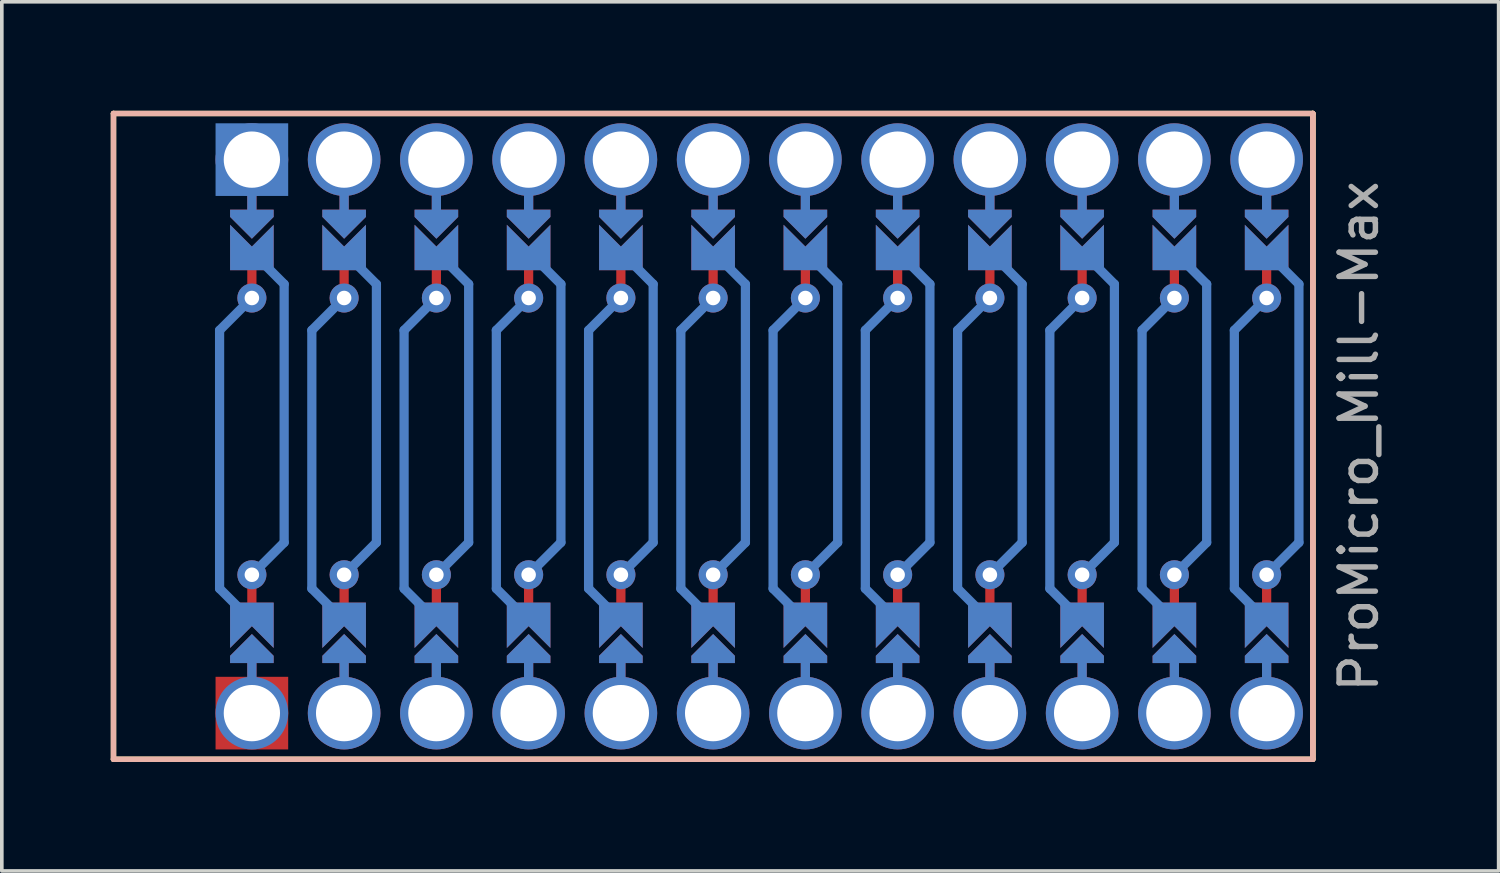
<source format=kicad_pcb>
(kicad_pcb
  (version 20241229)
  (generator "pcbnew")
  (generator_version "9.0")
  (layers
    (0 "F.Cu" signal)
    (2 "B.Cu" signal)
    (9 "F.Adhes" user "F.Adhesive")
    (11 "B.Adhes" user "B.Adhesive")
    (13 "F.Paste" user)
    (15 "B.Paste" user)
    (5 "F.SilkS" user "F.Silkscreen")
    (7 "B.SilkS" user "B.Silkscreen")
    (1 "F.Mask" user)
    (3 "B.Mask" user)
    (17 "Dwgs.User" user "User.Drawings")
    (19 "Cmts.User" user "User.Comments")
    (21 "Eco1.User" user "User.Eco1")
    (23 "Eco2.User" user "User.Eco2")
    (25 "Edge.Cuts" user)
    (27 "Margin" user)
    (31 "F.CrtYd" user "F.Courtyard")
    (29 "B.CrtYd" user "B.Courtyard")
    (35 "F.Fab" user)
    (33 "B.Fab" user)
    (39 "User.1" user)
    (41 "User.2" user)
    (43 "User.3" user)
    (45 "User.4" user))
  (footprint "ProMicro_Mill-Max"
    (layer "F.Cu")
    (at 17.855 8.965)
    (property "Reference" "ProMicro_Mill-Max" (at 16.51 0 90) (layer "F.Fab") (effects (font (size 1 1) (thickness 0.15))))
    (attr through_hole)
    (fp_line (start -13.97 -7.62) (end -13.97 -5.842) (stroke (width 0.254) (type default)) (layer "F.Cu"))
    (fp_line (start -13.97 -3.81) (end -13.97 -5.08) (stroke (width 0.254) (type default)) (layer "F.Cu"))
    (fp_line (start -13.97 3.81) (end -13.97 5.08) (stroke (width 0.254) (type default)) (layer "F.Cu"))
    (fp_line (start -13.97 7.62) (end -13.97 5.842) (stroke (width 0.254) (type default)) (layer "F.Cu"))
    (fp_line (start -11.43 -7.62) (end -11.43 -5.842) (stroke (width 0.254) (type default)) (layer "F.Cu"))
    (fp_line (start -11.43 -3.81) (end -11.43 -5.08) (stroke (width 0.254) (type default)) (layer "F.Cu"))
    (fp_line (start -11.43 3.81) (end -11.43 5.08) (stroke (width 0.254) (type default)) (layer "F.Cu"))
    (fp_line (start -11.43 7.62) (end -11.43 5.842) (stroke (width 0.254) (type default)) (layer "F.Cu"))
    (fp_line (start -8.89 -7.62) (end -8.89 -5.842) (stroke (width 0.254) (type default)) (layer "F.Cu"))
    (fp_line (start -8.89 -3.81) (end -8.89 -5.08) (stroke (width 0.254) (type default)) (layer "F.Cu"))
    (fp_line (start -8.89 3.81) (end -8.89 5.08) (stroke (width 0.254) (type default)) (layer "F.Cu"))
    (fp_line (start -8.89 7.62) (end -8.89 5.842) (stroke (width 0.254) (type default)) (layer "F.Cu"))
    (fp_line (start -6.35 -7.62) (end -6.35 -5.842) (stroke (width 0.254) (type default)) (layer "F.Cu"))
    (fp_line (start -6.35 -3.81) (end -6.35 -5.08) (stroke (width 0.254) (type default)) (layer "F.Cu"))
    (fp_line (start -6.35 3.81) (end -6.35 5.08) (stroke (width 0.254) (type default)) (layer "F.Cu"))
    (fp_line (start -6.35 7.62) (end -6.35 5.842) (stroke (width 0.254) (type default)) (layer "F.Cu"))
    (fp_line (start -3.81 -7.62) (end -3.81 -5.842) (stroke (width 0.254) (type default)) (layer "F.Cu"))
    (fp_line (start -3.81 -3.81) (end -3.81 -5.08) (stroke (width 0.254) (type default)) (layer "F.Cu"))
    (fp_line (start -3.81 3.81) (end -3.81 5.08) (stroke (width 0.254) (type default)) (layer "F.Cu"))
    (fp_line (start -3.81 7.62) (end -3.81 5.842) (stroke (width 0.254) (type default)) (layer "F.Cu"))
    (fp_line (start -1.27 -7.62) (end -1.27 -5.842) (stroke (width 0.254) (type default)) (layer "F.Cu"))
    (fp_line (start -1.27 -3.81) (end -1.27 -5.08) (stroke (width 0.254) (type default)) (layer "F.Cu"))
    (fp_line (start -1.27 3.81) (end -1.27 5.08) (stroke (width 0.254) (type default)) (layer "F.Cu"))
    (fp_line (start -1.27 7.62) (end -1.27 5.842) (stroke (width 0.254) (type default)) (layer "F.Cu"))
    (fp_line (start 1.27 -7.62) (end 1.27 -5.842) (stroke (width 0.254) (type default)) (layer "F.Cu"))
    (fp_line (start 1.27 -3.81) (end 1.27 -5.08) (stroke (width 0.254) (type default)) (layer "F.Cu"))
    (fp_line (start 1.27 3.81) (end 1.27 5.08) (stroke (width 0.254) (type default)) (layer "F.Cu"))
    (fp_line (start 1.27 7.62) (end 1.27 5.842) (stroke (width 0.254) (type default)) (layer "F.Cu"))
    (fp_line (start 3.81 -7.62) (end 3.81 -5.842) (stroke (width 0.254) (type default)) (layer "F.Cu"))
    (fp_line (start 3.81 -3.81) (end 3.81 -5.08) (stroke (width 0.254) (type default)) (layer "F.Cu"))
    (fp_line (start 3.81 3.81) (end 3.81 5.08) (stroke (width 0.254) (type default)) (layer "F.Cu"))
    (fp_line (start 3.81 7.62) (end 3.81 5.842) (stroke (width 0.254) (type default)) (layer "F.Cu"))
    (fp_line (start 6.35 -7.62) (end 6.35 -5.842) (stroke (width 0.254) (type default)) (layer "F.Cu"))
    (fp_line (start 6.35 -3.81) (end 6.35 -5.08) (stroke (width 0.254) (type default)) (layer "F.Cu"))
    (fp_line (start 6.35 3.81) (end 6.35 5.08) (stroke (width 0.254) (type default)) (layer "F.Cu"))
    (fp_line (start 6.35 7.62) (end 6.35 5.842) (stroke (width 0.254) (type default)) (layer "F.Cu"))
    (fp_line (start 8.89 -7.62) (end 8.89 -5.842) (stroke (width 0.254) (type default)) (layer "F.Cu"))
    (fp_line (start 8.89 -3.81) (end 8.89 -5.08) (stroke (width 0.254) (type default)) (layer "F.Cu"))
    (fp_line (start 8.89 3.81) (end 8.89 5.08) (stroke (width 0.254) (type default)) (layer "F.Cu"))
    (fp_line (start 8.89 7.62) (end 8.89 5.842) (stroke (width 0.254) (type default)) (layer "F.Cu"))
    (fp_line (start 11.43 -7.62) (end 11.43 -5.842) (stroke (width 0.254) (type default)) (layer "F.Cu"))
    (fp_line (start 11.43 -3.81) (end 11.43 -5.08) (stroke (width 0.254) (type default)) (layer "F.Cu"))
    (fp_line (start 11.43 3.81) (end 11.43 5.08) (stroke (width 0.254) (type default)) (layer "F.Cu"))
    (fp_line (start 11.43 7.62) (end 11.43 5.842) (stroke (width 0.254) (type default)) (layer "F.Cu"))
    (fp_line (start 13.97 -7.62) (end 13.97 -5.842) (stroke (width 0.254) (type default)) (layer "F.Cu"))
    (fp_line (start 13.97 -3.81) (end 13.97 -5.08) (stroke (width 0.254) (type default)) (layer "F.Cu"))
    (fp_line (start 13.97 3.81) (end 13.97 5.08) (stroke (width 0.254) (type default)) (layer "F.Cu"))
    (fp_line (start 13.97 7.62) (end 13.97 5.842) (stroke (width 0.254) (type default)) (layer "F.Cu"))
    (fp_poly (pts (xy -14.478 5.08) (xy -13.462 5.08) (xy -13.462 6.096) (xy -14.478 6.096)) (stroke (width 0.2) (type solid)) (fill yes) (layer "F.Mask"))
    (fp_poly (pts (xy -13.462 -5.08) (xy -14.478 -5.08) (xy -14.478 -6.096) (xy -13.462 -6.096)) (stroke (width 0.2) (type solid)) (fill yes) (layer "F.Mask"))
    (fp_poly (pts (xy -11.938 5.08) (xy -10.922 5.08) (xy -10.922 6.096) (xy -11.938 6.096)) (stroke (width 0.2) (type solid)) (fill yes) (layer "F.Mask"))
    (fp_poly (pts (xy -10.922 -5.08) (xy -11.938 -5.08) (xy -11.938 -6.096) (xy -10.922 -6.096)) (stroke (width 0.2) (type solid)) (fill yes) (layer "F.Mask"))
    (fp_poly (pts (xy -9.398 5.08) (xy -8.382 5.08) (xy -8.382 6.096) (xy -9.398 6.096)) (stroke (width 0.2) (type solid)) (fill yes) (layer "F.Mask"))
    (fp_poly (pts (xy -8.382 -5.08) (xy -9.398 -5.08) (xy -9.398 -6.096) (xy -8.382 -6.096)) (stroke (width 0.2) (type solid)) (fill yes) (layer "F.Mask"))
    (fp_poly (pts (xy -6.858 5.08) (xy -5.842 5.08) (xy -5.842 6.096) (xy -6.858 6.096)) (stroke (width 0.2) (type solid)) (fill yes) (layer "F.Mask"))
    (fp_poly (pts (xy -5.842 -5.08) (xy -6.858 -5.08) (xy -6.858 -6.096) (xy -5.842 -6.096)) (stroke (width 0.2) (type solid)) (fill yes) (layer "F.Mask"))
    (fp_poly (pts (xy -4.318 5.08) (xy -3.302 5.08) (xy -3.302 6.096) (xy -4.318 6.096)) (stroke (width 0.2) (type solid)) (fill yes) (layer "F.Mask"))
    (fp_poly (pts (xy -3.302 -5.08) (xy -4.318 -5.08) (xy -4.318 -6.096) (xy -3.302 -6.096)) (stroke (width 0.2) (type solid)) (fill yes) (layer "F.Mask"))
    (fp_poly (pts (xy -1.778 5.08) (xy -0.762 5.08) (xy -0.762 6.096) (xy -1.778 6.096)) (stroke (width 0.2) (type solid)) (fill yes) (layer "F.Mask"))
    (fp_poly (pts (xy -0.762 -5.08) (xy -1.778 -5.08) (xy -1.778 -6.096) (xy -0.762 -6.096)) (stroke (width 0.2) (type solid)) (fill yes) (layer "F.Mask"))
    (fp_poly (pts (xy 0.762 5.08) (xy 1.778 5.08) (xy 1.778 6.096) (xy 0.762 6.096)) (stroke (width 0.2) (type solid)) (fill yes) (layer "F.Mask"))
    (fp_poly (pts (xy 1.778 -5.08) (xy 0.762 -5.08) (xy 0.762 -6.096) (xy 1.778 -6.096)) (stroke (width 0.2) (type solid)) (fill yes) (layer "F.Mask"))
    (fp_poly (pts (xy 3.302 5.08) (xy 4.318 5.08) (xy 4.318 6.096) (xy 3.302 6.096)) (stroke (width 0.2) (type solid)) (fill yes) (layer "F.Mask"))
    (fp_poly (pts (xy 4.318 -5.08) (xy 3.302 -5.08) (xy 3.302 -6.096) (xy 4.318 -6.096)) (stroke (width 0.2) (type solid)) (fill yes) (layer "F.Mask"))
    (fp_poly (pts (xy 5.842 5.08) (xy 6.858 5.08) (xy 6.858 6.096) (xy 5.842 6.096)) (stroke (width 0.2) (type solid)) (fill yes) (layer "F.Mask"))
    (fp_poly (pts (xy 6.858 -5.08) (xy 5.842 -5.08) (xy 5.842 -6.096) (xy 6.858 -6.096)) (stroke (width 0.2) (type solid)) (fill yes) (layer "F.Mask"))
    (fp_poly (pts (xy 8.382 5.08) (xy 9.398 5.08) (xy 9.398 6.096) (xy 8.382 6.096)) (stroke (width 0.2) (type solid)) (fill yes) (layer "F.Mask"))
    (fp_poly (pts (xy 9.398 -5.08) (xy 8.382 -5.08) (xy 8.382 -6.096) (xy 9.398 -6.096)) (stroke (width 0.2) (type solid)) (fill yes) (layer "F.Mask"))
    (fp_poly (pts (xy 10.922 5.08) (xy 11.938 5.08) (xy 11.938 6.096) (xy 10.922 6.096)) (stroke (width 0.2) (type solid)) (fill yes) (layer "F.Mask"))
    (fp_poly (pts (xy 11.938 -5.08) (xy 10.922 -5.08) (xy 10.922 -6.096) (xy 11.938 -6.096)) (stroke (width 0.2) (type solid)) (fill yes) (layer "F.Mask"))
    (fp_poly (pts (xy 13.462 5.08) (xy 14.478 5.08) (xy 14.478 6.096) (xy 13.462 6.096)) (stroke (width 0.2) (type solid)) (fill yes) (layer "F.Mask"))
    (fp_poly (pts (xy 14.478 -5.08) (xy 13.462 -5.08) (xy 13.462 -6.096) (xy 14.478 -6.096)) (stroke (width 0.2) (type solid)) (fill yes) (layer "F.Mask"))
    (fp_line (start -14.859 -2.921) (end -14.859 4.191) (stroke (width 0.254) (type default)) (layer "B.Cu"))
    (fp_line (start -14.859 -2.921) (end -13.97 -3.81) (stroke (width 0.254) (type default)) (layer "B.Cu"))
    (fp_line (start -14.859 4.191) (end -13.97 5.08) (stroke (width 0.254) (type default)) (layer "B.Cu"))
    (fp_line (start -13.97 -7.62) (end -13.97 -5.842) (stroke (width 0.254) (type default)) (layer "B.Cu"))
    (fp_line (start -13.97 7.62) (end -13.97 5.842) (stroke (width 0.254) (type default)) (layer "B.Cu"))
    (fp_line (start -13.081 -4.191) (end -13.97 -5.08) (stroke (width 0.254) (type default)) (layer "B.Cu"))
    (fp_line (start -13.081 2.921) (end -13.97 3.81) (stroke (width 0.254) (type default)) (layer "B.Cu"))
    (fp_line (start -13.081 2.921) (end -13.081 -4.191) (stroke (width 0.254) (type default)) (layer "B.Cu"))
    (fp_line (start -12.319 -2.921) (end -12.319 4.191) (stroke (width 0.254) (type default)) (layer "B.Cu"))
    (fp_line (start -12.319 -2.921) (end -11.43 -3.81) (stroke (width 0.254) (type default)) (layer "B.Cu"))
    (fp_line (start -12.319 4.191) (end -11.43 5.08) (stroke (width 0.254) (type default)) (layer "B.Cu"))
    (fp_line (start -11.43 -7.62) (end -11.43 -5.842) (stroke (width 0.254) (type default)) (layer "B.Cu"))
    (fp_line (start -11.43 7.62) (end -11.43 5.842) (stroke (width 0.254) (type default)) (layer "B.Cu"))
    (fp_line (start -10.541 -4.191) (end -11.43 -5.08) (stroke (width 0.254) (type default)) (layer "B.Cu"))
    (fp_line (start -10.541 2.921) (end -11.43 3.81) (stroke (width 0.254) (type default)) (layer "B.Cu"))
    (fp_line (start -10.541 2.921) (end -10.541 -4.191) (stroke (width 0.254) (type default)) (layer "B.Cu"))
    (fp_line (start -9.779 -2.921) (end -9.779 4.191) (stroke (width 0.254) (type default)) (layer "B.Cu"))
    (fp_line (start -9.779 -2.921) (end -8.89 -3.81) (stroke (width 0.254) (type default)) (layer "B.Cu"))
    (fp_line (start -9.779 4.191) (end -8.89 5.08) (stroke (width 0.254) (type default)) (layer "B.Cu"))
    (fp_line (start -8.89 -7.62) (end -8.89 -5.842) (stroke (width 0.254) (type default)) (layer "B.Cu"))
    (fp_line (start -8.89 7.62) (end -8.89 5.842) (stroke (width 0.254) (type default)) (layer "B.Cu"))
    (fp_line (start -8.001 -4.191) (end -8.89 -5.08) (stroke (width 0.254) (type default)) (layer "B.Cu"))
    (fp_line (start -8.001 2.921) (end -8.89 3.81) (stroke (width 0.254) (type default)) (layer "B.Cu"))
    (fp_line (start -8.001 2.921) (end -8.001 -4.191) (stroke (width 0.254) (type default)) (layer "B.Cu"))
    (fp_line (start -7.239 -2.921) (end -7.239 4.191) (stroke (width 0.254) (type default)) (layer "B.Cu"))
    (fp_line (start -7.239 -2.921) (end -6.35 -3.81) (stroke (width 0.254) (type default)) (layer "B.Cu"))
    (fp_line (start -7.239 4.191) (end -6.35 5.08) (stroke (width 0.254) (type default)) (layer "B.Cu"))
    (fp_line (start -6.35 -7.62) (end -6.35 -5.842) (stroke (width 0.254) (type default)) (layer "B.Cu"))
    (fp_line (start -6.35 7.62) (end -6.35 5.842) (stroke (width 0.254) (type default)) (layer "B.Cu"))
    (fp_line (start -5.461 -4.191) (end -6.35 -5.08) (stroke (width 0.254) (type default)) (layer "B.Cu"))
    (fp_line (start -5.461 2.921) (end -6.35 3.81) (stroke (width 0.254) (type default)) (layer "B.Cu"))
    (fp_line (start -5.461 2.921) (end -5.461 -4.191) (stroke (width 0.254) (type default)) (layer "B.Cu"))
    (fp_line (start -4.699 -2.921) (end -4.699 4.191) (stroke (width 0.254) (type default)) (layer "B.Cu"))
    (fp_line (start -4.699 -2.921) (end -3.81 -3.81) (stroke (width 0.254) (type default)) (layer "B.Cu"))
    (fp_line (start -4.699 4.191) (end -3.81 5.08) (stroke (width 0.254) (type default)) (layer "B.Cu"))
    (fp_line (start -3.81 -7.62) (end -3.81 -5.842) (stroke (width 0.254) (type default)) (layer "B.Cu"))
    (fp_line (start -3.81 7.62) (end -3.81 5.842) (stroke (width 0.254) (type default)) (layer "B.Cu"))
    (fp_line (start -2.921 -4.191) (end -3.81 -5.08) (stroke (width 0.254) (type default)) (layer "B.Cu"))
    (fp_line (start -2.921 2.921) (end -3.81 3.81) (stroke (width 0.254) (type default)) (layer "B.Cu"))
    (fp_line (start -2.921 2.921) (end -2.921 -4.191) (stroke (width 0.254) (type default)) (layer "B.Cu"))
    (fp_line (start -2.159 -2.921) (end -2.159 4.191) (stroke (width 0.254) (type default)) (layer "B.Cu"))
    (fp_line (start -2.159 -2.921) (end -1.27 -3.81) (stroke (width 0.254) (type default)) (layer "B.Cu"))
    (fp_line (start -2.159 4.191) (end -1.27 5.08) (stroke (width 0.254) (type default)) (layer "B.Cu"))
    (fp_line (start -1.27 -7.62) (end -1.27 -5.842) (stroke (width 0.254) (type default)) (layer "B.Cu"))
    (fp_line (start -1.27 7.62) (end -1.27 5.842) (stroke (width 0.254) (type default)) (layer "B.Cu"))
    (fp_line (start -0.381 -4.191) (end -1.27 -5.08) (stroke (width 0.254) (type default)) (layer "B.Cu"))
    (fp_line (start -0.381 2.921) (end -1.27 3.81) (stroke (width 0.254) (type default)) (layer "B.Cu"))
    (fp_line (start -0.381 2.921) (end -0.381 -4.191) (stroke (width 0.254) (type default)) (layer "B.Cu"))
    (fp_line (start 0.381 -2.921) (end 0.381 4.191) (stroke (width 0.254) (type default)) (layer "B.Cu"))
    (fp_line (start 0.381 -2.921) (end 1.27 -3.81) (stroke (width 0.254) (type default)) (layer "B.Cu"))
    (fp_line (start 0.381 4.191) (end 1.27 5.08) (stroke (width 0.254) (type default)) (layer "B.Cu"))
    (fp_line (start 1.27 -7.62) (end 1.27 -5.842) (stroke (width 0.254) (type default)) (layer "B.Cu"))
    (fp_line (start 1.27 7.62) (end 1.27 5.842) (stroke (width 0.254) (type default)) (layer "B.Cu"))
    (fp_line (start 2.159 -4.191) (end 1.27 -5.08) (stroke (width 0.254) (type default)) (layer "B.Cu"))
    (fp_line (start 2.159 2.921) (end 1.27 3.81) (stroke (width 0.254) (type default)) (layer "B.Cu"))
    (fp_line (start 2.159 2.921) (end 2.159 -4.191) (stroke (width 0.254) (type default)) (layer "B.Cu"))
    (fp_line (start 2.921 -2.921) (end 2.921 4.191) (stroke (width 0.254) (type default)) (layer "B.Cu"))
    (fp_line (start 2.921 -2.921) (end 3.81 -3.81) (stroke (width 0.254) (type default)) (layer "B.Cu"))
    (fp_line (start 2.921 4.191) (end 3.81 5.08) (stroke (width 0.254) (type default)) (layer "B.Cu"))
    (fp_line (start 3.81 -7.62) (end 3.81 -5.842) (stroke (width 0.254) (type default)) (layer "B.Cu"))
    (fp_line (start 3.81 7.62) (end 3.81 5.842) (stroke (width 0.254) (type default)) (layer "B.Cu"))
    (fp_line (start 4.699 -4.191) (end 3.81 -5.08) (stroke (width 0.254) (type default)) (layer "B.Cu"))
    (fp_line (start 4.699 2.921) (end 3.81 3.81) (stroke (width 0.254) (type default)) (layer "B.Cu"))
    (fp_line (start 4.699 2.921) (end 4.699 -4.191) (stroke (width 0.254) (type default)) (layer "B.Cu"))
    (fp_line (start 5.461 -2.921) (end 5.461 4.191) (stroke (width 0.254) (type default)) (layer "B.Cu"))
    (fp_line (start 5.461 -2.921) (end 6.35 -3.81) (stroke (width 0.254) (type default)) (layer "B.Cu"))
    (fp_line (start 5.461 4.191) (end 6.35 5.08) (stroke (width 0.254) (type default)) (layer "B.Cu"))
    (fp_line (start 6.35 -7.62) (end 6.35 -5.842) (stroke (width 0.254) (type default)) (layer "B.Cu"))
    (fp_line (start 6.35 7.62) (end 6.35 5.842) (stroke (width 0.254) (type default)) (layer "B.Cu"))
    (fp_line (start 7.239 -4.191) (end 6.35 -5.08) (stroke (width 0.254) (type default)) (layer "B.Cu"))
    (fp_line (start 7.239 2.921) (end 6.35 3.81) (stroke (width 0.254) (type default)) (layer "B.Cu"))
    (fp_line (start 7.239 2.921) (end 7.239 -4.191) (stroke (width 0.254) (type default)) (layer "B.Cu"))
    (fp_line (start 8.001 -2.921) (end 8.001 4.191) (stroke (width 0.254) (type default)) (layer "B.Cu"))
    (fp_line (start 8.001 -2.921) (end 8.89 -3.81) (stroke (width 0.254) (type default)) (layer "B.Cu"))
    (fp_line (start 8.001 4.191) (end 8.89 5.08) (stroke (width 0.254) (type default)) (layer "B.Cu"))
    (fp_line (start 8.89 -7.62) (end 8.89 -5.842) (stroke (width 0.254) (type default)) (layer "B.Cu"))
    (fp_line (start 8.89 7.62) (end 8.89 5.842) (stroke (width 0.254) (type default)) (layer "B.Cu"))
    (fp_line (start 9.779 -4.191) (end 8.89 -5.08) (stroke (width 0.254) (type default)) (layer "B.Cu"))
    (fp_line (start 9.779 2.921) (end 8.89 3.81) (stroke (width 0.254) (type default)) (layer "B.Cu"))
    (fp_line (start 9.779 2.921) (end 9.779 -4.191) (stroke (width 0.254) (type default)) (layer "B.Cu"))
    (fp_line (start 10.541 -2.921) (end 10.541 4.191) (stroke (width 0.254) (type default)) (layer "B.Cu"))
    (fp_line (start 10.541 -2.921) (end 11.43 -3.81) (stroke (width 0.254) (type default)) (layer "B.Cu"))
    (fp_line (start 10.541 4.191) (end 11.43 5.08) (stroke (width 0.254) (type default)) (layer "B.Cu"))
    (fp_line (start 11.43 -7.62) (end 11.43 -5.842) (stroke (width 0.254) (type default)) (layer "B.Cu"))
    (fp_line (start 11.43 7.62) (end 11.43 5.842) (stroke (width 0.254) (type default)) (layer "B.Cu"))
    (fp_line (start 12.319 -4.191) (end 11.43 -5.08) (stroke (width 0.254) (type default)) (layer "B.Cu"))
    (fp_line (start 12.319 2.921) (end 11.43 3.81) (stroke (width 0.254) (type default)) (layer "B.Cu"))
    (fp_line (start 12.319 2.921) (end 12.319 -4.191) (stroke (width 0.254) (type default)) (layer "B.Cu"))
    (fp_line (start 13.081 -2.921) (end 13.081 4.191) (stroke (width 0.254) (type default)) (layer "B.Cu"))
    (fp_line (start 13.081 -2.921) (end 13.97 -3.81) (stroke (width 0.254) (type default)) (layer "B.Cu"))
    (fp_line (start 13.081 4.191) (end 13.97 5.08) (stroke (width 0.254) (type default)) (layer "B.Cu"))
    (fp_line (start 13.97 -7.62) (end 13.97 -5.842) (stroke (width 0.254) (type default)) (layer "B.Cu"))
    (fp_line (start 13.97 7.62) (end 13.97 5.842) (stroke (width 0.254) (type default)) (layer "B.Cu"))
    (fp_line (start 14.859 -4.191) (end 13.97 -5.08) (stroke (width 0.254) (type default)) (layer "B.Cu"))
    (fp_line (start 14.859 2.921) (end 13.97 3.81) (stroke (width 0.254) (type default)) (layer "B.Cu"))
    (fp_line (start 14.859 2.921) (end 14.859 -4.191) (stroke (width 0.254) (type default)) (layer "B.Cu"))
    (fp_poly (pts (xy -14.478 5.08) (xy -13.462 5.08) (xy -13.462 6.096) (xy -14.478 6.096)) (stroke (width 0.2) (type solid)) (fill yes) (layer "B.Mask"))
    (fp_poly (pts (xy -13.462 -5.08) (xy -14.478 -5.08) (xy -14.478 -6.096) (xy -13.462 -6.096)) (stroke (width 0.2) (type solid)) (fill yes) (layer "B.Mask"))
    (fp_poly (pts (xy -11.938 5.08) (xy -10.922 5.08) (xy -10.922 6.096) (xy -11.938 6.096)) (stroke (width 0.2) (type solid)) (fill yes) (layer "B.Mask"))
    (fp_poly (pts (xy -10.922 -5.08) (xy -11.938 -5.08) (xy -11.938 -6.096) (xy -10.922 -6.096)) (stroke (width 0.2) (type solid)) (fill yes) (layer "B.Mask"))
    (fp_poly (pts (xy -9.398 5.08) (xy -8.382 5.08) (xy -8.382 6.096) (xy -9.398 6.096)) (stroke (width 0.2) (type solid)) (fill yes) (layer "B.Mask"))
    (fp_poly (pts (xy -8.382 -5.08) (xy -9.398 -5.08) (xy -9.398 -6.096) (xy -8.382 -6.096)) (stroke (width 0.2) (type solid)) (fill yes) (layer "B.Mask"))
    (fp_poly (pts (xy -6.858 5.08) (xy -5.842 5.08) (xy -5.842 6.096) (xy -6.858 6.096)) (stroke (width 0.2) (type solid)) (fill yes) (layer "B.Mask"))
    (fp_poly (pts (xy -5.842 -5.08) (xy -6.858 -5.08) (xy -6.858 -6.096) (xy -5.842 -6.096)) (stroke (width 0.2) (type solid)) (fill yes) (layer "B.Mask"))
    (fp_poly (pts (xy -4.318 5.08) (xy -3.302 5.08) (xy -3.302 6.096) (xy -4.318 6.096)) (stroke (width 0.2) (type solid)) (fill yes) (layer "B.Mask"))
    (fp_poly (pts (xy -3.302 -5.08) (xy -4.318 -5.08) (xy -4.318 -6.096) (xy -3.302 -6.096)) (stroke (width 0.2) (type solid)) (fill yes) (layer "B.Mask"))
    (fp_poly (pts (xy -1.778 5.08) (xy -0.762 5.08) (xy -0.762 6.096) (xy -1.778 6.096)) (stroke (width 0.2) (type solid)) (fill yes) (layer "B.Mask"))
    (fp_poly (pts (xy -0.762 -5.08) (xy -1.778 -5.08) (xy -1.778 -6.096) (xy -0.762 -6.096)) (stroke (width 0.2) (type solid)) (fill yes) (layer "B.Mask"))
    (fp_poly (pts (xy 0.762 5.08) (xy 1.778 5.08) (xy 1.778 6.096) (xy 0.762 6.096)) (stroke (width 0.2) (type solid)) (fill yes) (layer "B.Mask"))
    (fp_poly (pts (xy 1.778 -5.08) (xy 0.762 -5.08) (xy 0.762 -6.096) (xy 1.778 -6.096)) (stroke (width 0.2) (type solid)) (fill yes) (layer "B.Mask"))
    (fp_poly (pts (xy 3.302 5.08) (xy 4.318 5.08) (xy 4.318 6.096) (xy 3.302 6.096)) (stroke (width 0.2) (type solid)) (fill yes) (layer "B.Mask"))
    (fp_poly (pts (xy 4.318 -5.08) (xy 3.302 -5.08) (xy 3.302 -6.096) (xy 4.318 -6.096)) (stroke (width 0.2) (type solid)) (fill yes) (layer "B.Mask"))
    (fp_poly (pts (xy 5.842 5.08) (xy 6.858 5.08) (xy 6.858 6.096) (xy 5.842 6.096)) (stroke (width 0.2) (type solid)) (fill yes) (layer "B.Mask"))
    (fp_poly (pts (xy 6.858 -5.08) (xy 5.842 -5.08) (xy 5.842 -6.096) (xy 6.858 -6.096)) (stroke (width 0.2) (type solid)) (fill yes) (layer "B.Mask"))
    (fp_poly (pts (xy 8.382 5.08) (xy 9.398 5.08) (xy 9.398 6.096) (xy 8.382 6.096)) (stroke (width 0.2) (type solid)) (fill yes) (layer "B.Mask"))
    (fp_poly (pts (xy 9.398 -5.08) (xy 8.382 -5.08) (xy 8.382 -6.096) (xy 9.398 -6.096)) (stroke (width 0.2) (type solid)) (fill yes) (layer "B.Mask"))
    (fp_poly (pts (xy 10.922 5.08) (xy 11.938 5.08) (xy 11.938 6.096) (xy 10.922 6.096)) (stroke (width 0.2) (type solid)) (fill yes) (layer "B.Mask"))
    (fp_poly (pts (xy 11.938 -5.08) (xy 10.922 -5.08) (xy 10.922 -6.096) (xy 11.938 -6.096)) (stroke (width 0.2) (type solid)) (fill yes) (layer "B.Mask"))
    (fp_poly (pts (xy 13.462 5.08) (xy 14.478 5.08) (xy 14.478 6.096) (xy 13.462 6.096)) (stroke (width 0.2) (type solid)) (fill yes) (layer "B.Mask"))
    (fp_poly (pts (xy 14.478 -5.08) (xy 13.462 -5.08) (xy 13.462 -6.096) (xy 14.478 -6.096)) (stroke (width 0.2) (type solid)) (fill yes) (layer "B.Mask"))
    (fp_line (start -17.78 -8.89) (end 15.24 -8.89) (stroke (width 0.15) (type solid)) (layer "F.SilkS"))
    (fp_line (start -17.78 8.89) (end -17.78 -8.89) (stroke (width 0.15) (type solid)) (layer "F.SilkS"))
    (fp_line (start -17.78 8.89) (end 15.24 8.89) (stroke (width 0.15) (type solid)) (layer "F.SilkS"))
    (fp_line (start 15.24 -8.89) (end 15.24 8.89) (stroke (width 0.15) (type solid)) (layer "F.SilkS"))
    (fp_line (start 15.24 -8.89) (end 15.24 8.89) (stroke (width 0.15) (type solid)) (layer "F.SilkS"))
    (fp_line (start -17.78 -8.89) (end 15.24 -8.89) (stroke (width 0.15) (type solid)) (layer "B.SilkS"))
    (fp_line (start -17.78 8.89) (end -17.78 -8.89) (stroke (width 0.15) (type solid)) (layer "B.SilkS"))
    (fp_line (start -17.78 8.89) (end 15.24 8.89) (stroke (width 0.15) (type solid)) (layer "B.SilkS"))
    (fp_line (start 15.24 -8.89) (end 15.24 8.89) (stroke (width 0.15) (type solid)) (layer "B.SilkS"))
    (fp_line (start 15.24 -8.89) (end 15.24 8.89) (stroke (width 0.15) (type solid)) (layer "B.SilkS"))
    (pad "" thru_hole circle (at -13.97 -7.62) (size 2 2) (drill 1.55) (layers "*.Cu" "*.Paste" "*.Mask"))
    (pad "" smd rect (at -13.97 -7.62) (size 2 2) (layers "B.Cu" "B.Mask" "B.Paste"))
    (pad "" smd custom (at -13.97 -5.842) (size 0.1 0.1) (layers "F.Cu" "F.Mask") (options (anchor rect)) (primitives (gr_poly (pts (xy 0.6 -0.4) (xy -0.6 -0.4) (xy -0.6 -0.2) (xy 0 0.4) (xy 0.6 -0.2)) (width 0) (fill yes))))
    (pad "" smd custom (at -13.97 -5.842) (size 0.1 0.1) (layers "B.Cu" "B.Mask") (options (anchor rect)) (primitives (gr_poly (pts (xy 0.6 -0.4) (xy -0.6 -0.4) (xy -0.6 -0.2) (xy 0 0.4) (xy 0.6 -0.2)) (width 0) (fill yes))))
    (pad "" smd custom (at -13.97 5.842 180) (size 0.1 0.1) (layers "F.Cu" "F.Mask") (options (anchor rect)) (primitives (gr_poly (pts (xy 0.6 -0.4) (xy -0.6 -0.4) (xy -0.6 -0.2) (xy 0 0.4) (xy 0.6 -0.2)) (width 0) (fill yes))))
    (pad "" smd custom (at -13.97 5.842 180) (size 0.1 0.1) (layers "B.Cu" "B.Mask") (options (anchor rect)) (primitives (gr_poly (pts (xy 0.6 -0.4) (xy -0.6 -0.4) (xy -0.6 -0.2) (xy 0 0.4) (xy 0.6 -0.2)) (width 0) (fill yes))))
    (pad "" thru_hole circle (at -13.97 7.62) (size 2 2) (drill 1.55) (layers "*.Cu" "*.Paste" "*.Mask"))
    (pad "" smd rect (at -13.97 7.62 270) (size 2 2) (layers "F.Cu" "F.Mask" "F.Paste"))
    (pad "" thru_hole circle (at -11.43 -7.62) (size 2 2) (drill 1.55) (layers "*.Cu" "*.Paste" "*.Mask"))
    (pad "" smd custom (at -11.43 -5.842) (size 0.1 0.1) (layers "F.Cu" "F.Mask") (options (anchor rect)) (primitives (gr_poly (pts (xy 0.6 -0.4) (xy -0.6 -0.4) (xy -0.6 -0.2) (xy 0 0.4) (xy 0.6 -0.2)) (width 0) (fill yes))))
    (pad "" smd custom (at -11.43 -5.842) (size 0.1 0.1) (layers "B.Cu" "B.Mask") (options (anchor rect)) (primitives (gr_poly (pts (xy 0.6 -0.4) (xy -0.6 -0.4) (xy -0.6 -0.2) (xy 0 0.4) (xy 0.6 -0.2)) (width 0) (fill yes))))
    (pad "" smd custom (at -11.43 5.842 180) (size 0.1 0.1) (layers "F.Cu" "F.Mask") (options (anchor rect)) (primitives (gr_poly (pts (xy 0.6 -0.4) (xy -0.6 -0.4) (xy -0.6 -0.2) (xy 0 0.4) (xy 0.6 -0.2)) (width 0) (fill yes))))
    (pad "" smd custom (at -11.43 5.842 180) (size 0.1 0.1) (layers "B.Cu" "B.Mask") (options (anchor rect)) (primitives (gr_poly (pts (xy 0.6 -0.4) (xy -0.6 -0.4) (xy -0.6 -0.2) (xy 0 0.4) (xy 0.6 -0.2)) (width 0) (fill yes))))
    (pad "" thru_hole circle (at -11.43 7.62) (size 2 2) (drill 1.55) (layers "*.Cu" "*.Paste" "*.Mask"))
    (pad "" thru_hole circle (at -8.89 -7.62) (size 2 2) (drill 1.55) (layers "*.Cu" "*.Paste" "*.Mask"))
    (pad "" smd custom (at -8.89 -5.842) (size 0.1 0.1) (layers "F.Cu" "F.Mask") (options (anchor rect)) (primitives (gr_poly (pts (xy 0.6 -0.4) (xy -0.6 -0.4) (xy -0.6 -0.2) (xy 0 0.4) (xy 0.6 -0.2)) (width 0) (fill yes))))
    (pad "" smd custom (at -8.89 -5.842) (size 0.1 0.1) (layers "B.Cu" "B.Mask") (options (anchor rect)) (primitives (gr_poly (pts (xy 0.6 -0.4) (xy -0.6 -0.4) (xy -0.6 -0.2) (xy 0 0.4) (xy 0.6 -0.2)) (width 0) (fill yes))))
    (pad "" smd custom (at -8.89 5.842 180) (size 0.1 0.1) (layers "F.Cu" "F.Mask") (options (anchor rect)) (primitives (gr_poly (pts (xy 0.6 -0.4) (xy -0.6 -0.4) (xy -0.6 -0.2) (xy 0 0.4) (xy 0.6 -0.2)) (width 0) (fill yes))))
    (pad "" smd custom (at -8.89 5.842 180) (size 0.1 0.1) (layers "B.Cu" "B.Mask") (options (anchor rect)) (primitives (gr_poly (pts (xy 0.6 -0.4) (xy -0.6 -0.4) (xy -0.6 -0.2) (xy 0 0.4) (xy 0.6 -0.2)) (width 0) (fill yes))))
    (pad "" thru_hole circle (at -8.89 7.62) (size 2 2) (drill 1.55) (layers "*.Cu" "*.Paste" "*.Mask"))
    (pad "" thru_hole circle (at -6.35 -7.62) (size 2 2) (drill 1.55) (layers "*.Cu" "*.Paste" "*.Mask"))
    (pad "" smd custom (at -6.35 -5.842) (size 0.1 0.1) (layers "F.Cu" "F.Mask") (options (anchor rect)) (primitives (gr_poly (pts (xy 0.6 -0.4) (xy -0.6 -0.4) (xy -0.6 -0.2) (xy 0 0.4) (xy 0.6 -0.2)) (width 0) (fill yes))))
    (pad "" smd custom (at -6.35 -5.842) (size 0.1 0.1) (layers "B.Cu" "B.Mask") (options (anchor rect)) (primitives (gr_poly (pts (xy 0.6 -0.4) (xy -0.6 -0.4) (xy -0.6 -0.2) (xy 0 0.4) (xy 0.6 -0.2)) (width 0) (fill yes))))
    (pad "" smd custom (at -6.35 5.842 180) (size 0.1 0.1) (layers "F.Cu" "F.Mask") (options (anchor rect)) (primitives (gr_poly (pts (xy 0.6 -0.4) (xy -0.6 -0.4) (xy -0.6 -0.2) (xy 0 0.4) (xy 0.6 -0.2)) (width 0) (fill yes))))
    (pad "" smd custom (at -6.35 5.842 180) (size 0.1 0.1) (layers "B.Cu" "B.Mask") (options (anchor rect)) (primitives (gr_poly (pts (xy 0.6 -0.4) (xy -0.6 -0.4) (xy -0.6 -0.2) (xy 0 0.4) (xy 0.6 -0.2)) (width 0) (fill yes))))
    (pad "" thru_hole circle (at -6.35 7.62) (size 2 2) (drill 1.55) (layers "*.Cu" "*.Paste" "*.Mask"))
    (pad "" thru_hole circle (at -3.81 -7.62) (size 2 2) (drill 1.55) (layers "*.Cu" "*.Paste" "*.Mask"))
    (pad "" smd custom (at -3.81 -5.842) (size 0.1 0.1) (layers "F.Cu" "F.Mask") (options (anchor rect)) (primitives (gr_poly (pts (xy 0.6 -0.4) (xy -0.6 -0.4) (xy -0.6 -0.2) (xy 0 0.4) (xy 0.6 -0.2)) (width 0) (fill yes))))
    (pad "" smd custom (at -3.81 -5.842) (size 0.1 0.1) (layers "B.Cu" "B.Mask") (options (anchor rect)) (primitives (gr_poly (pts (xy 0.6 -0.4) (xy -0.6 -0.4) (xy -0.6 -0.2) (xy 0 0.4) (xy 0.6 -0.2)) (width 0) (fill yes))))
    (pad "" smd custom (at -3.81 5.842 180) (size 0.1 0.1) (layers "F.Cu" "F.Mask") (options (anchor rect)) (primitives (gr_poly (pts (xy 0.6 -0.4) (xy -0.6 -0.4) (xy -0.6 -0.2) (xy 0 0.4) (xy 0.6 -0.2)) (width 0) (fill yes))))
    (pad "" smd custom (at -3.81 5.842 180) (size 0.1 0.1) (layers "B.Cu" "B.Mask") (options (anchor rect)) (primitives (gr_poly (pts (xy 0.6 -0.4) (xy -0.6 -0.4) (xy -0.6 -0.2) (xy 0 0.4) (xy 0.6 -0.2)) (width 0) (fill yes))))
    (pad "" thru_hole circle (at -3.81 7.62) (size 2 2) (drill 1.55) (layers "*.Cu" "*.Paste" "*.Mask"))
    (pad "" thru_hole circle (at -1.27 -7.62) (size 2 2) (drill 1.55) (layers "*.Cu" "*.Paste" "*.Mask"))
    (pad "" smd custom (at -1.27 -5.842) (size 0.1 0.1) (layers "F.Cu" "F.Mask") (options (anchor rect)) (primitives (gr_poly (pts (xy 0.6 -0.4) (xy -0.6 -0.4) (xy -0.6 -0.2) (xy 0 0.4) (xy 0.6 -0.2)) (width 0) (fill yes))))
    (pad "" smd custom (at -1.27 -5.842) (size 0.1 0.1) (layers "B.Cu" "B.Mask") (options (anchor rect)) (primitives (gr_poly (pts (xy 0.6 -0.4) (xy -0.6 -0.4) (xy -0.6 -0.2) (xy 0 0.4) (xy 0.6 -0.2)) (width 0) (fill yes))))
    (pad "" smd custom (at -1.27 5.842 180) (size 0.1 0.1) (layers "F.Cu" "F.Mask") (options (anchor rect)) (primitives (gr_poly (pts (xy 0.6 -0.4) (xy -0.6 -0.4) (xy -0.6 -0.2) (xy 0 0.4) (xy 0.6 -0.2)) (width 0) (fill yes))))
    (pad "" smd custom (at -1.27 5.842 180) (size 0.1 0.1) (layers "B.Cu" "B.Mask") (options (anchor rect)) (primitives (gr_poly (pts (xy 0.6 -0.4) (xy -0.6 -0.4) (xy -0.6 -0.2) (xy 0 0.4) (xy 0.6 -0.2)) (width 0) (fill yes))))
    (pad "" thru_hole circle (at -1.27 7.62) (size 2 2) (drill 1.55) (layers "*.Cu" "*.Paste" "*.Mask"))
    (pad "" thru_hole circle (at 1.27 -7.62) (size 2 2) (drill 1.55) (layers "*.Cu" "*.Paste" "*.Mask"))
    (pad "" smd custom (at 1.27 -5.842) (size 0.1 0.1) (layers "F.Cu" "F.Mask") (options (anchor rect)) (primitives (gr_poly (pts (xy 0.6 -0.4) (xy -0.6 -0.4) (xy -0.6 -0.2) (xy 0 0.4) (xy 0.6 -0.2)) (width 0) (fill yes))))
    (pad "" smd custom (at 1.27 -5.842) (size 0.1 0.1) (layers "B.Cu" "B.Mask") (options (anchor rect)) (primitives (gr_poly (pts (xy 0.6 -0.4) (xy -0.6 -0.4) (xy -0.6 -0.2) (xy 0 0.4) (xy 0.6 -0.2)) (width 0) (fill yes))))
    (pad "" smd custom (at 1.27 5.842 180) (size 0.1 0.1) (layers "F.Cu" "F.Mask") (options (anchor rect)) (primitives (gr_poly (pts (xy 0.6 -0.4) (xy -0.6 -0.4) (xy -0.6 -0.2) (xy 0 0.4) (xy 0.6 -0.2)) (width 0) (fill yes))))
    (pad "" smd custom (at 1.27 5.842 180) (size 0.1 0.1) (layers "B.Cu" "B.Mask") (options (anchor rect)) (primitives (gr_poly (pts (xy 0.6 -0.4) (xy -0.6 -0.4) (xy -0.6 -0.2) (xy 0 0.4) (xy 0.6 -0.2)) (width 0) (fill yes))))
    (pad "" thru_hole circle (at 1.27 7.62) (size 2 2) (drill 1.55) (layers "*.Cu" "*.Paste" "*.Mask"))
    (pad "" thru_hole circle (at 3.81 -7.62) (size 2 2) (drill 1.55) (layers "*.Cu" "*.Paste" "*.Mask"))
    (pad "" smd custom (at 3.81 -5.842) (size 0.1 0.1) (layers "F.Cu" "F.Mask") (options (anchor rect)) (primitives (gr_poly (pts (xy 0.6 -0.4) (xy -0.6 -0.4) (xy -0.6 -0.2) (xy 0 0.4) (xy 0.6 -0.2)) (width 0) (fill yes))))
    (pad "" smd custom (at 3.81 -5.842) (size 0.1 0.1) (layers "B.Cu" "B.Mask") (options (anchor rect)) (primitives (gr_poly (pts (xy 0.6 -0.4) (xy -0.6 -0.4) (xy -0.6 -0.2) (xy 0 0.4) (xy 0.6 -0.2)) (width 0) (fill yes))))
    (pad "" smd custom (at 3.81 5.842 180) (size 0.1 0.1) (layers "F.Cu" "F.Mask") (options (anchor rect)) (primitives (gr_poly (pts (xy 0.6 -0.4) (xy -0.6 -0.4) (xy -0.6 -0.2) (xy 0 0.4) (xy 0.6 -0.2)) (width 0) (fill yes))))
    (pad "" smd custom (at 3.81 5.842 180) (size 0.1 0.1) (layers "B.Cu" "B.Mask") (options (anchor rect)) (primitives (gr_poly (pts (xy 0.6 -0.4) (xy -0.6 -0.4) (xy -0.6 -0.2) (xy 0 0.4) (xy 0.6 -0.2)) (width 0) (fill yes))))
    (pad "" thru_hole circle (at 3.81 7.62) (size 2 2) (drill 1.55) (layers "*.Cu" "*.Paste" "*.Mask"))
    (pad "" thru_hole circle (at 6.35 -7.62) (size 2 2) (drill 1.55) (layers "*.Cu" "*.Paste" "*.Mask"))
    (pad "" smd custom (at 6.35 -5.842) (size 0.1 0.1) (layers "F.Cu" "F.Mask") (options (anchor rect)) (primitives (gr_poly (pts (xy 0.6 -0.4) (xy -0.6 -0.4) (xy -0.6 -0.2) (xy 0 0.4) (xy 0.6 -0.2)) (width 0) (fill yes))))
    (pad "" smd custom (at 6.35 -5.842) (size 0.1 0.1) (layers "B.Cu" "B.Mask") (options (anchor rect)) (primitives (gr_poly (pts (xy 0.6 -0.4) (xy -0.6 -0.4) (xy -0.6 -0.2) (xy 0 0.4) (xy 0.6 -0.2)) (width 0) (fill yes))))
    (pad "" smd custom (at 6.35 5.842 180) (size 0.1 0.1) (layers "F.Cu" "F.Mask") (options (anchor rect)) (primitives (gr_poly (pts (xy 0.6 -0.4) (xy -0.6 -0.4) (xy -0.6 -0.2) (xy 0 0.4) (xy 0.6 -0.2)) (width 0) (fill yes))))
    (pad "" smd custom (at 6.35 5.842 180) (size 0.1 0.1) (layers "B.Cu" "B.Mask") (options (anchor rect)) (primitives (gr_poly (pts (xy 0.6 -0.4) (xy -0.6 -0.4) (xy -0.6 -0.2) (xy 0 0.4) (xy 0.6 -0.2)) (width 0) (fill yes))))
    (pad "" thru_hole circle (at 6.35 7.62) (size 2 2) (drill 1.55) (layers "*.Cu" "*.Paste" "*.Mask"))
    (pad "" thru_hole circle (at 8.89 -7.62) (size 2 2) (drill 1.55) (layers "*.Cu" "*.Paste" "*.Mask"))
    (pad "" smd custom (at 8.89 -5.842) (size 0.1 0.1) (layers "F.Cu" "F.Mask") (options (anchor rect)) (primitives (gr_poly (pts (xy 0.6 -0.4) (xy -0.6 -0.4) (xy -0.6 -0.2) (xy 0 0.4) (xy 0.6 -0.2)) (width 0) (fill yes))))
    (pad "" smd custom (at 8.89 -5.842) (size 0.1 0.1) (layers "B.Cu" "B.Mask") (options (anchor rect)) (primitives (gr_poly (pts (xy 0.6 -0.4) (xy -0.6 -0.4) (xy -0.6 -0.2) (xy 0 0.4) (xy 0.6 -0.2)) (width 0) (fill yes))))
    (pad "" smd custom (at 8.89 5.842 180) (size 0.1 0.1) (layers "F.Cu" "F.Mask") (options (anchor rect)) (primitives (gr_poly (pts (xy 0.6 -0.4) (xy -0.6 -0.4) (xy -0.6 -0.2) (xy 0 0.4) (xy 0.6 -0.2)) (width 0) (fill yes))))
    (pad "" smd custom (at 8.89 5.842 180) (size 0.1 0.1) (layers "B.Cu" "B.Mask") (options (anchor rect)) (primitives (gr_poly (pts (xy 0.6 -0.4) (xy -0.6 -0.4) (xy -0.6 -0.2) (xy 0 0.4) (xy 0.6 -0.2)) (width 0) (fill yes))))
    (pad "" thru_hole circle (at 8.89 7.62) (size 2 2) (drill 1.55) (layers "*.Cu" "*.Paste" "*.Mask"))
    (pad "" thru_hole circle (at 11.43 -7.62) (size 2 2) (drill 1.55) (layers "*.Cu" "*.Paste" "*.Mask"))
    (pad "" smd custom (at 11.43 -5.842) (size 0.1 0.1) (layers "F.Cu" "F.Mask") (options (anchor rect)) (primitives (gr_poly (pts (xy 0.6 -0.4) (xy -0.6 -0.4) (xy -0.6 -0.2) (xy 0 0.4) (xy 0.6 -0.2)) (width 0) (fill yes))))
    (pad "" smd custom (at 11.43 -5.842) (size 0.1 0.1) (layers "B.Cu" "B.Mask") (options (anchor rect)) (primitives (gr_poly (pts (xy 0.6 -0.4) (xy -0.6 -0.4) (xy -0.6 -0.2) (xy 0 0.4) (xy 0.6 -0.2)) (width 0) (fill yes))))
    (pad "" smd custom (at 11.43 5.842 180) (size 0.1 0.1) (layers "F.Cu" "F.Mask") (options (anchor rect)) (primitives (gr_poly (pts (xy 0.6 -0.4) (xy -0.6 -0.4) (xy -0.6 -0.2) (xy 0 0.4) (xy 0.6 -0.2)) (width 0) (fill yes))))
    (pad "" smd custom (at 11.43 5.842 180) (size 0.1 0.1) (layers "B.Cu" "B.Mask") (options (anchor rect)) (primitives (gr_poly (pts (xy 0.6 -0.4) (xy -0.6 -0.4) (xy -0.6 -0.2) (xy 0 0.4) (xy 0.6 -0.2)) (width 0) (fill yes))))
    (pad "" thru_hole circle (at 11.43 7.62) (size 2 2) (drill 1.55) (layers "*.Cu" "*.Paste" "*.Mask"))
    (pad "" thru_hole circle (at 13.97 -7.62) (size 2 2) (drill 1.55) (layers "*.Cu" "*.Paste" "*.Mask"))
    (pad "" smd custom (at 13.97 -5.842) (size 0.1 0.1) (layers "F.Cu" "F.Mask") (options (anchor rect)) (primitives (gr_poly (pts (xy 0.6 -0.4) (xy -0.6 -0.4) (xy -0.6 -0.2) (xy 0 0.4) (xy 0.6 -0.2)) (width 0) (fill yes))))
    (pad "" smd custom (at 13.97 -5.842) (size 0.1 0.1) (layers "B.Cu" "B.Mask") (options (anchor rect)) (primitives (gr_poly (pts (xy 0.6 -0.4) (xy -0.6 -0.4) (xy -0.6 -0.2) (xy 0 0.4) (xy 0.6 -0.2)) (width 0) (fill yes))))
    (pad "" smd custom (at 13.97 5.842 180) (size 0.1 0.1) (layers "F.Cu" "F.Mask") (options (anchor rect)) (primitives (gr_poly (pts (xy 0.6 -0.4) (xy -0.6 -0.4) (xy -0.6 -0.2) (xy 0 0.4) (xy 0.6 -0.2)) (width 0) (fill yes))))
    (pad "" smd custom (at 13.97 5.842 180) (size 0.1 0.1) (layers "B.Cu" "B.Mask") (options (anchor rect)) (primitives (gr_poly (pts (xy 0.6 -0.4) (xy -0.6 -0.4) (xy -0.6 -0.2) (xy 0 0.4) (xy 0.6 -0.2)) (width 0) (fill yes))))
    (pad "" thru_hole circle (at 13.97 7.62) (size 2 2) (drill 1.55) (layers "*.Cu" "*.Paste" "*.Mask"))
    (pad "1" smd custom (at -13.97 -4.826) (size 1.2 0.5) (layers "F.Cu" "F.Mask") (options (anchor rect)) (primitives (gr_poly (pts (xy 0.6 0) (xy -0.6 0) (xy -0.6 -1) (xy 0 -0.4) (xy 0.6 -1)) (width 0) (fill yes))))
    (pad "1" thru_hole circle (at -13.97 -3.81 180) (size 0.8 0.8) (drill 0.4) (layers "*.Cu"))
    (pad "1" smd custom (at -13.97 4.826 180) (size 1.2 0.5) (layers "B.Cu" "B.Mask") (options (anchor rect)) (primitives (gr_poly (pts (xy 0.6 0) (xy -0.6 0) (xy -0.6 -1) (xy 0 -0.4) (xy 0.6 -1)) (width 0) (fill yes))))
    (pad "2" smd custom (at -11.43 -4.826) (size 1.2 0.5) (layers "F.Cu" "F.Mask") (options (anchor rect)) (primitives (gr_poly (pts (xy 0.6 0) (xy -0.6 0) (xy -0.6 -1) (xy 0 -0.4) (xy 0.6 -1)) (width 0) (fill yes))))
    (pad "2" thru_hole circle (at -11.43 -3.81 180) (size 0.8 0.8) (drill 0.4) (layers "*.Cu"))
    (pad "2" smd custom (at -11.43 4.826 180) (size 1.2 0.5) (layers "B.Cu" "B.Mask") (options (anchor rect)) (primitives (gr_poly (pts (xy 0.6 0) (xy -0.6 0) (xy -0.6 -1) (xy 0 -0.4) (xy 0.6 -1)) (width 0) (fill yes))))
    (pad "3" smd custom (at -8.89 -4.826) (size 1.2 0.5) (layers "F.Cu" "F.Mask") (options (anchor rect)) (primitives (gr_poly (pts (xy 0.6 0) (xy -0.6 0) (xy -0.6 -1) (xy 0 -0.4) (xy 0.6 -1)) (width 0) (fill yes))))
    (pad "3" thru_hole circle (at -8.89 -3.81 180) (size 0.8 0.8) (drill 0.4) (layers "*.Cu"))
    (pad "3" smd custom (at -8.89 4.826 180) (size 1.2 0.5) (layers "B.Cu" "B.Mask") (options (anchor rect)) (primitives (gr_poly (pts (xy 0.6 0) (xy -0.6 0) (xy -0.6 -1) (xy 0 -0.4) (xy 0.6 -1)) (width 0) (fill yes))))
    (pad "4" smd custom (at -6.35 -4.826) (size 1.2 0.5) (layers "F.Cu" "F.Mask") (options (anchor rect)) (primitives (gr_poly (pts (xy 0.6 0) (xy -0.6 0) (xy -0.6 -1) (xy 0 -0.4) (xy 0.6 -1)) (width 0) (fill yes))))
    (pad "4" thru_hole circle (at -6.35 -3.81 180) (size 0.8 0.8) (drill 0.4) (layers "*.Cu"))
    (pad "4" smd custom (at -6.35 4.826 180) (size 1.2 0.5) (layers "B.Cu" "B.Mask") (options (anchor rect)) (primitives (gr_poly (pts (xy 0.6 0) (xy -0.6 0) (xy -0.6 -1) (xy 0 -0.4) (xy 0.6 -1)) (width 0) (fill yes))))
    (pad "5" smd custom (at -3.81 -4.826) (size 1.2 0.5) (layers "F.Cu" "F.Mask") (options (anchor rect)) (primitives (gr_poly (pts (xy 0.6 0) (xy -0.6 0) (xy -0.6 -1) (xy 0 -0.4) (xy 0.6 -1)) (width 0) (fill yes))))
    (pad "5" thru_hole circle (at -3.81 -3.81 180) (size 0.8 0.8) (drill 0.4) (layers "*.Cu"))
    (pad "5" smd custom (at -3.81 4.826 180) (size 1.2 0.5) (layers "B.Cu" "B.Mask") (options (anchor rect)) (primitives (gr_poly (pts (xy 0.6 0) (xy -0.6 0) (xy -0.6 -1) (xy 0 -0.4) (xy 0.6 -1)) (width 0) (fill yes))))
    (pad "6" smd custom (at -1.27 -4.826) (size 1.2 0.5) (layers "F.Cu" "F.Mask") (options (anchor rect)) (primitives (gr_poly (pts (xy 0.6 0) (xy -0.6 0) (xy -0.6 -1) (xy 0 -0.4) (xy 0.6 -1)) (width 0) (fill yes))))
    (pad "6" thru_hole circle (at -1.27 -3.81 180) (size 0.8 0.8) (drill 0.4) (layers "*.Cu"))
    (pad "6" smd custom (at -1.27 4.826 180) (size 1.2 0.5) (layers "B.Cu" "B.Mask") (options (anchor rect)) (primitives (gr_poly (pts (xy 0.6 0) (xy -0.6 0) (xy -0.6 -1) (xy 0 -0.4) (xy 0.6 -1)) (width 0) (fill yes))))
    (pad "7" smd custom (at 1.27 -4.826) (size 1.2 0.5) (layers "F.Cu" "F.Mask") (options (anchor rect)) (primitives (gr_poly (pts (xy 0.6 0) (xy -0.6 0) (xy -0.6 -1) (xy 0 -0.4) (xy 0.6 -1)) (width 0) (fill yes))))
    (pad "7" thru_hole circle (at 1.27 -3.81 180) (size 0.8 0.8) (drill 0.4) (layers "*.Cu"))
    (pad "7" smd custom (at 1.27 4.826 180) (size 1.2 0.5) (layers "B.Cu" "B.Mask") (options (anchor rect)) (primitives (gr_poly (pts (xy 0.6 0) (xy -0.6 0) (xy -0.6 -1) (xy 0 -0.4) (xy 0.6 -1)) (width 0) (fill yes))))
    (pad "8" smd custom (at 3.81 -4.826) (size 1.2 0.5) (layers "F.Cu" "F.Mask") (options (anchor rect)) (primitives (gr_poly (pts (xy 0.6 0) (xy -0.6 0) (xy -0.6 -1) (xy 0 -0.4) (xy 0.6 -1)) (width 0) (fill yes))))
    (pad "8" thru_hole circle (at 3.81 -3.81 180) (size 0.8 0.8) (drill 0.4) (layers "*.Cu"))
    (pad "8" smd custom (at 3.81 4.826 180) (size 1.2 0.5) (layers "B.Cu" "B.Mask") (options (anchor rect)) (primitives (gr_poly (pts (xy 0.6 0) (xy -0.6 0) (xy -0.6 -1) (xy 0 -0.4) (xy 0.6 -1)) (width 0) (fill yes))))
    (pad "9" smd custom (at 6.35 -4.826) (size 1.2 0.5) (layers "F.Cu" "F.Mask") (options (anchor rect)) (primitives (gr_poly (pts (xy 0.6 0) (xy -0.6 0) (xy -0.6 -1) (xy 0 -0.4) (xy 0.6 -1)) (width 0) (fill yes))))
    (pad "9" thru_hole circle (at 6.35 -3.81 180) (size 0.8 0.8) (drill 0.4) (layers "*.Cu"))
    (pad "9" smd custom (at 6.35 4.826 180) (size 1.2 0.5) (layers "B.Cu" "B.Mask") (options (anchor rect)) (primitives (gr_poly (pts (xy 0.6 0) (xy -0.6 0) (xy -0.6 -1) (xy 0 -0.4) (xy 0.6 -1)) (width 0) (fill yes))))
    (pad "10" smd custom (at 8.89 -4.826) (size 1.2 0.5) (layers "F.Cu" "F.Mask") (options (anchor rect)) (primitives (gr_poly (pts (xy 0.6 0) (xy -0.6 0) (xy -0.6 -1) (xy 0 -0.4) (xy 0.6 -1)) (width 0) (fill yes))))
    (pad "10" thru_hole circle (at 8.89 -3.81 180) (size 0.8 0.8) (drill 0.4) (layers "*.Cu"))
    (pad "10" smd custom (at 8.89 4.826 180) (size 1.2 0.5) (layers "B.Cu" "B.Mask") (options (anchor rect)) (primitives (gr_poly (pts (xy 0.6 0) (xy -0.6 0) (xy -0.6 -1) (xy 0 -0.4) (xy 0.6 -1)) (width 0) (fill yes))))
    (pad "11" smd custom (at 11.43 -4.826) (size 1.2 0.5) (layers "F.Cu" "F.Mask") (options (anchor rect)) (primitives (gr_poly (pts (xy 0.6 0) (xy -0.6 0) (xy -0.6 -1) (xy 0 -0.4) (xy 0.6 -1)) (width 0) (fill yes))))
    (pad "11" thru_hole circle (at 11.43 -3.81 180) (size 0.8 0.8) (drill 0.4) (layers "*.Cu"))
    (pad "11" smd custom (at 11.43 4.826 180) (size 1.2 0.5) (layers "B.Cu" "B.Mask") (options (anchor rect)) (primitives (gr_poly (pts (xy 0.6 0) (xy -0.6 0) (xy -0.6 -1) (xy 0 -0.4) (xy 0.6 -1)) (width 0) (fill yes))))
    (pad "12" smd custom (at 13.97 -4.826) (size 1.2 0.5) (layers "F.Cu" "F.Mask") (options (anchor rect)) (primitives (gr_poly (pts (xy 0.6 0) (xy -0.6 0) (xy -0.6 -1) (xy 0 -0.4) (xy 0.6 -1)) (width 0) (fill yes))))
    (pad "12" thru_hole circle (at 13.97 -3.81 180) (size 0.8 0.8) (drill 0.4) (layers "*.Cu"))
    (pad "12" smd custom (at 13.97 4.826 180) (size 1.2 0.5) (layers "B.Cu" "B.Mask") (options (anchor rect)) (primitives (gr_poly (pts (xy 0.6 0) (xy -0.6 0) (xy -0.6 -1) (xy 0 -0.4) (xy 0.6 -1)) (width 0) (fill yes))))
    (pad "13" smd custom (at 13.97 -4.826) (size 1.2 0.5) (layers "B.Cu" "B.Mask") (options (anchor rect)) (primitives (gr_poly (pts (xy 0.6 0) (xy -0.6 0) (xy -0.6 -1) (xy 0 -0.4) (xy 0.6 -1)) (width 0) (fill yes))))
    (pad "13" thru_hole circle (at 13.97 3.81 180) (size 0.8 0.8) (drill 0.4) (layers "*.Cu"))
    (pad "13" smd custom (at 13.97 4.826 180) (size 1.2 0.5) (layers "F.Cu" "F.Mask") (options (anchor rect)) (primitives (gr_poly (pts (xy 0.6 0) (xy -0.6 0) (xy -0.6 -1) (xy 0 -0.4) (xy 0.6 -1)) (width 0) (fill yes))))
    (pad "14" smd custom (at 11.43 -4.826) (size 1.2 0.5) (layers "B.Cu" "B.Mask") (options (anchor rect)) (primitives (gr_poly (pts (xy 0.6 0) (xy -0.6 0) (xy -0.6 -1) (xy 0 -0.4) (xy 0.6 -1)) (width 0) (fill yes))))
    (pad "14" thru_hole circle (at 11.43 3.81 180) (size 0.8 0.8) (drill 0.4) (layers "*.Cu"))
    (pad "14" smd custom (at 11.43 4.826 180) (size 1.2 0.5) (layers "F.Cu" "F.Mask") (options (anchor rect)) (primitives (gr_poly (pts (xy 0.6 0) (xy -0.6 0) (xy -0.6 -1) (xy 0 -0.4) (xy 0.6 -1)) (width 0) (fill yes))))
    (pad "15" smd custom (at 8.89 -4.826) (size 1.2 0.5) (layers "B.Cu" "B.Mask") (options (anchor rect)) (primitives (gr_poly (pts (xy 0.6 0) (xy -0.6 0) (xy -0.6 -1) (xy 0 -0.4) (xy 0.6 -1)) (width 0) (fill yes))))
    (pad "15" thru_hole circle (at 8.89 3.81 180) (size 0.8 0.8) (drill 0.4) (layers "*.Cu"))
    (pad "15" smd custom (at 8.89 4.826 180) (size 1.2 0.5) (layers "F.Cu" "F.Mask") (options (anchor rect)) (primitives (gr_poly (pts (xy 0.6 0) (xy -0.6 0) (xy -0.6 -1) (xy 0 -0.4) (xy 0.6 -1)) (width 0) (fill yes))))
    (pad "16" smd custom (at 6.35 -4.826) (size 1.2 0.5) (layers "B.Cu" "B.Mask") (options (anchor rect)) (primitives (gr_poly (pts (xy 0.6 0) (xy -0.6 0) (xy -0.6 -1) (xy 0 -0.4) (xy 0.6 -1)) (width 0) (fill yes))))
    (pad "16" thru_hole circle (at 6.35 3.81 180) (size 0.8 0.8) (drill 0.4) (layers "*.Cu"))
    (pad "16" smd custom (at 6.35 4.826 180) (size 1.2 0.5) (layers "F.Cu" "F.Mask") (options (anchor rect)) (primitives (gr_poly (pts (xy 0.6 0) (xy -0.6 0) (xy -0.6 -1) (xy 0 -0.4) (xy 0.6 -1)) (width 0) (fill yes))))
    (pad "17" smd custom (at 3.81 -4.826) (size 1.2 0.5) (layers "B.Cu" "B.Mask") (options (anchor rect)) (primitives (gr_poly (pts (xy 0.6 0) (xy -0.6 0) (xy -0.6 -1) (xy 0 -0.4) (xy 0.6 -1)) (width 0) (fill yes))))
    (pad "17" thru_hole circle (at 3.81 3.81 180) (size 0.8 0.8) (drill 0.4) (layers "*.Cu"))
    (pad "17" smd custom (at 3.81 4.826 180) (size 1.2 0.5) (layers "F.Cu" "F.Mask") (options (anchor rect)) (primitives (gr_poly (pts (xy 0.6 0) (xy -0.6 0) (xy -0.6 -1) (xy 0 -0.4) (xy 0.6 -1)) (width 0) (fill yes))))
    (pad "18" smd custom (at 1.27 -4.826) (size 1.2 0.5) (layers "B.Cu" "B.Mask") (options (anchor rect)) (primitives (gr_poly (pts (xy 0.6 0) (xy -0.6 0) (xy -0.6 -1) (xy 0 -0.4) (xy 0.6 -1)) (width 0) (fill yes))))
    (pad "18" thru_hole circle (at 1.27 3.81 180) (size 0.8 0.8) (drill 0.4) (layers "*.Cu"))
    (pad "18" smd custom (at 1.27 4.826 180) (size 1.2 0.5) (layers "F.Cu" "F.Mask") (options (anchor rect)) (primitives (gr_poly (pts (xy 0.6 0) (xy -0.6 0) (xy -0.6 -1) (xy 0 -0.4) (xy 0.6 -1)) (width 0) (fill yes))))
    (pad "19" smd custom (at -1.27 -4.826) (size 1.2 0.5) (layers "B.Cu" "B.Mask") (options (anchor rect)) (primitives (gr_poly (pts (xy 0.6 0) (xy -0.6 0) (xy -0.6 -1) (xy 0 -0.4) (xy 0.6 -1)) (width 0) (fill yes))))
    (pad "19" thru_hole circle (at -1.27 3.81 180) (size 0.8 0.8) (drill 0.4) (layers "*.Cu"))
    (pad "19" smd custom (at -1.27 4.826 180) (size 1.2 0.5) (layers "F.Cu" "F.Mask") (options (anchor rect)) (primitives (gr_poly (pts (xy 0.6 0) (xy -0.6 0) (xy -0.6 -1) (xy 0 -0.4) (xy 0.6 -1)) (width 0) (fill yes))))
    (pad "20" smd custom (at -3.81 -4.826) (size 1.2 0.5) (layers "B.Cu" "B.Mask") (options (anchor rect)) (primitives (gr_poly (pts (xy 0.6 0) (xy -0.6 0) (xy -0.6 -1) (xy 0 -0.4) (xy 0.6 -1)) (width 0) (fill yes))))
    (pad "20" thru_hole circle (at -3.81 3.81 180) (size 0.8 0.8) (drill 0.4) (layers "*.Cu"))
    (pad "20" smd custom (at -3.81 4.826 180) (size 1.2 0.5) (layers "F.Cu" "F.Mask") (options (anchor rect)) (primitives (gr_poly (pts (xy 0.6 0) (xy -0.6 0) (xy -0.6 -1) (xy 0 -0.4) (xy 0.6 -1)) (width 0) (fill yes))))
    (pad "21" smd custom (at -6.35 -4.826) (size 1.2 0.5) (layers "B.Cu" "B.Mask") (options (anchor rect)) (primitives (gr_poly (pts (xy 0.6 0) (xy -0.6 0) (xy -0.6 -1) (xy 0 -0.4) (xy 0.6 -1)) (width 0) (fill yes))))
    (pad "21" thru_hole circle (at -6.35 3.81 180) (size 0.8 0.8) (drill 0.4) (layers "*.Cu"))
    (pad "21" smd custom (at -6.35 4.826 180) (size 1.2 0.5) (layers "F.Cu" "F.Mask") (options (anchor rect)) (primitives (gr_poly (pts (xy 0.6 0) (xy -0.6 0) (xy -0.6 -1) (xy 0 -0.4) (xy 0.6 -1)) (width 0) (fill yes))))
    (pad "22" smd custom (at -8.89 -4.826) (size 1.2 0.5) (layers "B.Cu" "B.Mask") (options (anchor rect)) (primitives (gr_poly (pts (xy 0.6 0) (xy -0.6 0) (xy -0.6 -1) (xy 0 -0.4) (xy 0.6 -1)) (width 0) (fill yes))))
    (pad "22" thru_hole circle (at -8.89 3.81 180) (size 0.8 0.8) (drill 0.4) (layers "*.Cu"))
    (pad "22" smd custom (at -8.89 4.826 180) (size 1.2 0.5) (layers "F.Cu" "F.Mask") (options (anchor rect)) (primitives (gr_poly (pts (xy 0.6 0) (xy -0.6 0) (xy -0.6 -1) (xy 0 -0.4) (xy 0.6 -1)) (width 0) (fill yes))))
    (pad "23" smd custom (at -11.43 -4.826) (size 1.2 0.5) (layers "B.Cu" "B.Mask") (options (anchor rect)) (primitives (gr_poly (pts (xy 0.6 0) (xy -0.6 0) (xy -0.6 -1) (xy 0 -0.4) (xy 0.6 -1)) (width 0) (fill yes))))
    (pad "23" thru_hole circle (at -11.43 3.81 180) (size 0.8 0.8) (drill 0.4) (layers "*.Cu"))
    (pad "23" smd custom (at -11.43 4.826 180) (size 1.2 0.5) (layers "F.Cu" "F.Mask") (options (anchor rect)) (primitives (gr_poly (pts (xy 0.6 0) (xy -0.6 0) (xy -0.6 -1) (xy 0 -0.4) (xy 0.6 -1)) (width 0) (fill yes))))
    (pad "24" smd custom (at -13.97 -4.826) (size 1.2 0.5) (layers "B.Cu" "B.Mask") (options (anchor rect)) (primitives (gr_poly (pts (xy 0.6 0) (xy -0.6 0) (xy -0.6 -1) (xy 0 -0.4) (xy 0.6 -1)) (width 0) (fill yes))))
    (pad "24" thru_hole circle (at -13.97 3.81 180) (size 0.8 0.8) (drill 0.4) (layers "*.Cu"))
    (pad "24" smd custom (at -13.97 4.826 180) (size 1.2 0.5) (layers "F.Cu" "F.Mask") (options (anchor rect)) (primitives (gr_poly (pts (xy 0.6 0) (xy -0.6 0) (xy -0.6 -1) (xy 0 -0.4) (xy 0.6 -1)) (width 0) (fill yes)))))
  (gr_rect
    (start -3 -3)
    (end 38.213 20.93)
    (stroke (width 0.1) (type default))
    (fill no)
    (layer "Edge.Cuts")))
</source>
